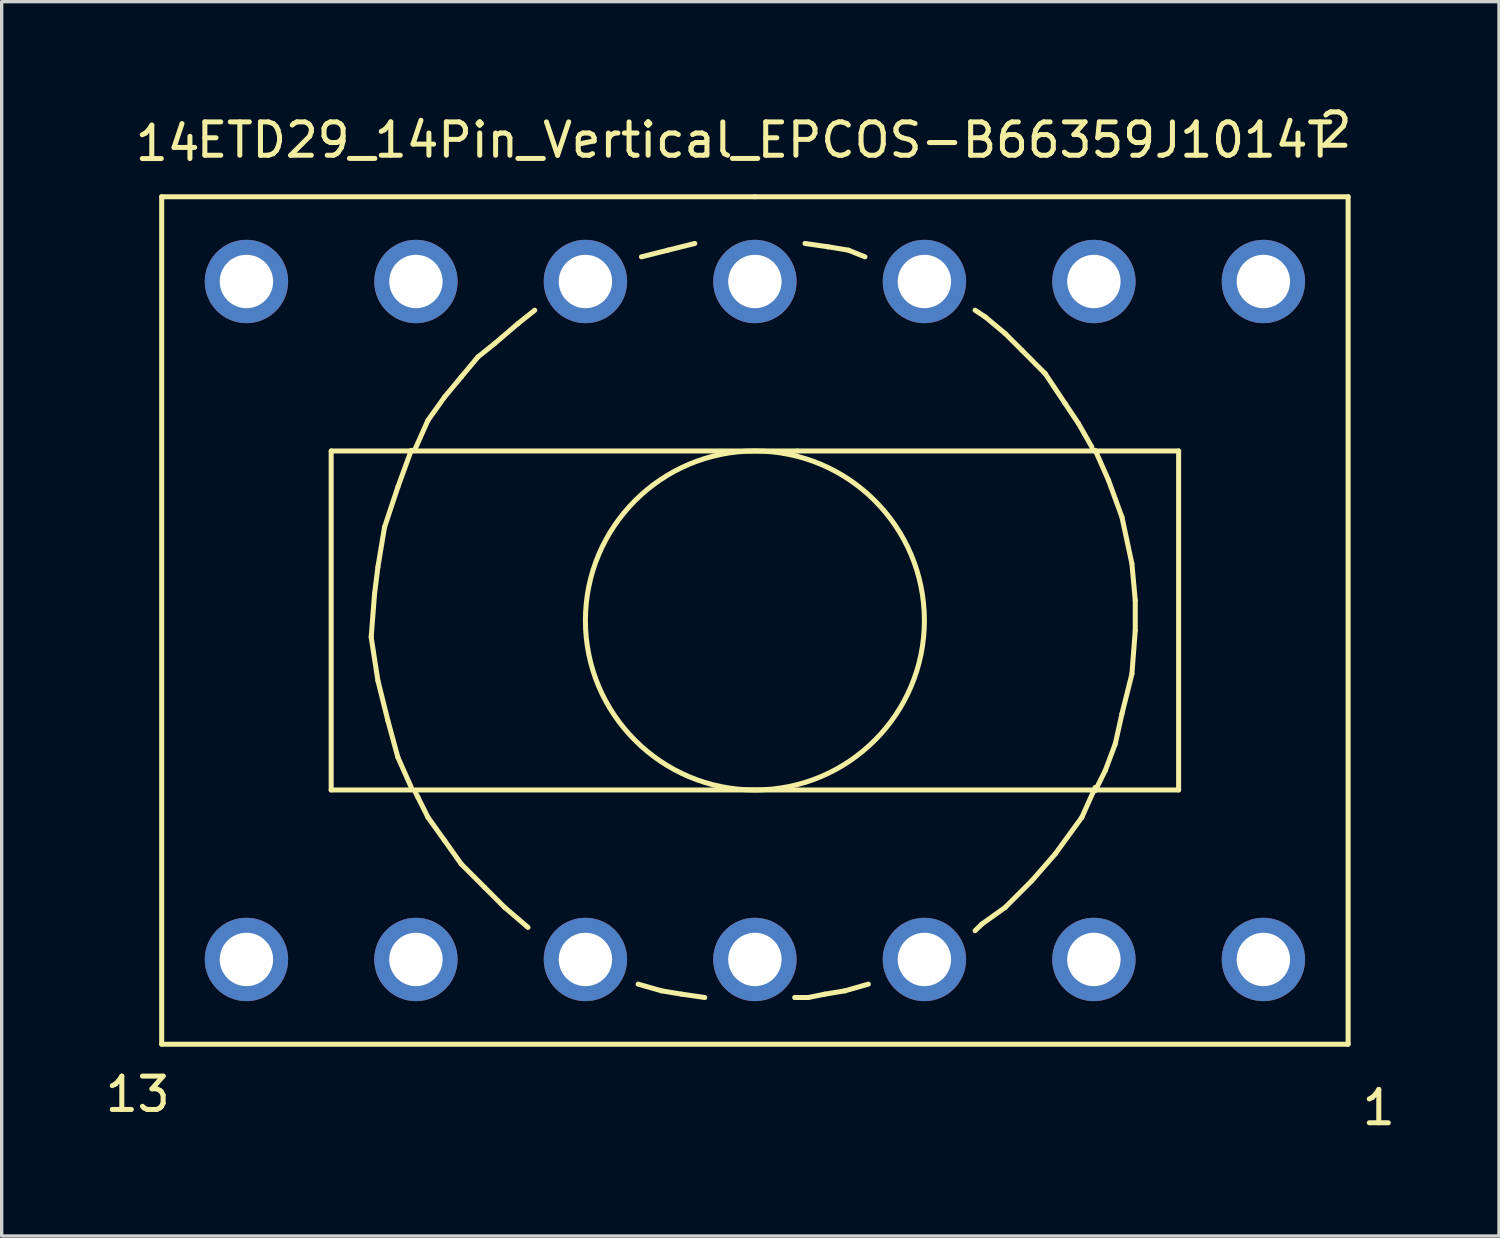
<source format=kicad_pcb>
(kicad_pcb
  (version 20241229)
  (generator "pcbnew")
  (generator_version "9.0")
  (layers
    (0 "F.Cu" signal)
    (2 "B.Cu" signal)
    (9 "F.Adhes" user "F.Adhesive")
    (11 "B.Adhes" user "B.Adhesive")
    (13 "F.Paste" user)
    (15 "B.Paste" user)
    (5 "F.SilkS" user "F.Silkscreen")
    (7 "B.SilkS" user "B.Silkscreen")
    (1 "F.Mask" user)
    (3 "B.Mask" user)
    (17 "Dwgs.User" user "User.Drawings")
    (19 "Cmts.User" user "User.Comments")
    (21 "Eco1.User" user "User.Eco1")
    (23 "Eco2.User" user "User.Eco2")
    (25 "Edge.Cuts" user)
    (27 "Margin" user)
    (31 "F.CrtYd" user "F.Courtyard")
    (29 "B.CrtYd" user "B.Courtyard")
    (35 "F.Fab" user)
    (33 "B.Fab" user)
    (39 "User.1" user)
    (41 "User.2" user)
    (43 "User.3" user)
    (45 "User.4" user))
  (footprint "ETD29_14Pin_Vertical_EPCOS-B66359J1014T"
    (layer "F.Cu")
    (at 19.576 15.547)
    (property "Reference" "ETD29_14Pin_Vertical_EPCOS-B66359J1014T" (at 0.3 -14.399 0) (layer "F.SilkS") (effects (font (size 1 1) (thickness 0.15))))
    (attr through_hole)
    (fp_line (start -17.78 -12.7) (end -17.78 12.7) (stroke (width 0.15) (type solid)) (layer "F.SilkS"))
    (fp_line (start -17.78 12.7) (end 17.78 12.7) (stroke (width 0.15) (type solid)) (layer "F.SilkS"))
    (fp_line (start -12.7 -5.08) (end 1.27 -5.08) (stroke (width 0.15) (type solid)) (layer "F.SilkS"))
    (fp_line (start -12.7 5.08) (end -12.7 -5.08) (stroke (width 0.15) (type solid)) (layer "F.SilkS"))
    (fp_line (start -11.501 0.5) (end -11.3 1.801) (stroke (width 0.15) (type solid)) (layer "F.SilkS"))
    (fp_line (start -11.4 -0.8) (end -11.501 0.5) (stroke (width 0.15) (type solid)) (layer "F.SilkS"))
    (fp_line (start -11.3 -1.6) (end -11.4 -0.8) (stroke (width 0.15) (type solid)) (layer "F.SilkS"))
    (fp_line (start -11.3 1.801) (end -11.001 3) (stroke (width 0.15) (type solid)) (layer "F.SilkS"))
    (fp_line (start -11.1 -2.799) (end -11.3 -1.6) (stroke (width 0.15) (type solid)) (layer "F.SilkS"))
    (fp_line (start -11.001 3) (end -10.701 4.1) (stroke (width 0.15) (type solid)) (layer "F.SilkS"))
    (fp_line (start -10.701 -4) (end -11.1 -2.799) (stroke (width 0.15) (type solid)) (layer "F.SilkS"))
    (fp_line (start -10.701 4.1) (end -10.3 5.001) (stroke (width 0.15) (type solid)) (layer "F.SilkS"))
    (fp_line (start -10.3 -5.1) (end -10.701 -4) (stroke (width 0.15) (type solid)) (layer "F.SilkS"))
    (fp_line (start -10.099 5.301) (end -10.201 5.1) (stroke (width 0.15) (type solid)) (layer "F.SilkS"))
    (fp_line (start -9.799 -5.999) (end -10.201 -5.1) (stroke (width 0.15) (type solid)) (layer "F.SilkS"))
    (fp_line (start -9.799 5.9) (end -10.099 5.301) (stroke (width 0.15) (type solid)) (layer "F.SilkS"))
    (fp_line (start -9.299 -6.701) (end -9.799 -5.999) (stroke (width 0.15) (type solid)) (layer "F.SilkS"))
    (fp_line (start -9.299 6.599) (end -9.799 5.9) (stroke (width 0.15) (type solid)) (layer "F.SilkS"))
    (fp_line (start -8.801 -7.3) (end -9.299 -6.701) (stroke (width 0.15) (type solid)) (layer "F.SilkS"))
    (fp_line (start -8.801 7.3) (end -9.299 6.599) (stroke (width 0.15) (type solid)) (layer "F.SilkS"))
    (fp_line (start -8.301 -7.899) (end -8.801 -7.3) (stroke (width 0.15) (type solid)) (layer "F.SilkS"))
    (fp_line (start -8.1 8.001) (end -8.801 7.3) (stroke (width 0.15) (type solid)) (layer "F.SilkS"))
    (fp_line (start -7.8 -8.301) (end -8.301 -7.899) (stroke (width 0.15) (type solid)) (layer "F.SilkS"))
    (fp_line (start -7.501 8.6) (end -8.1 8.001) (stroke (width 0.15) (type solid)) (layer "F.SilkS"))
    (fp_line (start -7.099 -8.9) (end -7.8 -8.301) (stroke (width 0.15) (type solid)) (layer "F.SilkS"))
    (fp_line (start -6.8 9.2) (end -7.501 8.6) (stroke (width 0.15) (type solid)) (layer "F.SilkS"))
    (fp_line (start -6.599 -9.299) (end -7.099 -8.9) (stroke (width 0.15) (type solid)) (layer "F.SilkS"))
    (fp_line (start -2.799 11.1) (end -3.5 10.899) (stroke (width 0.15) (type solid)) (layer "F.SilkS"))
    (fp_line (start -2.601 -11.1) (end -3.401 -10.899) (stroke (width 0.15) (type solid)) (layer "F.SilkS"))
    (fp_line (start -2.2 11.199) (end -2.799 11.1) (stroke (width 0.15) (type solid)) (layer "F.SilkS"))
    (fp_line (start -1.801 -11.3) (end -2.601 -11.1) (stroke (width 0.15) (type solid)) (layer "F.SilkS"))
    (fp_line (start -1.501 11.3) (end -2.2 11.199) (stroke (width 0.15) (type solid)) (layer "F.SilkS"))
    (fp_line (start 0 -12.7) (end -17.78 -12.7) (stroke (width 0.15) (type solid)) (layer "F.SilkS"))
    (fp_line (start 0 -12.7) (end 17.78 -12.7) (stroke (width 0.15) (type solid)) (layer "F.SilkS"))
    (fp_line (start 1.199 11.3) (end 1.3 11.3) (stroke (width 0.15) (type solid)) (layer "F.SilkS"))
    (fp_line (start 1.27 -5.08) (end 12.7 -5.08) (stroke (width 0.15) (type solid)) (layer "F.SilkS"))
    (fp_line (start 1.6 11.3) (end 1.199 11.3) (stroke (width 0.15) (type solid)) (layer "F.SilkS"))
    (fp_line (start 2.101 11.199) (end 1.6 11.3) (stroke (width 0.15) (type solid)) (layer "F.SilkS"))
    (fp_line (start 2.2 -11.199) (end 1.501 -11.3) (stroke (width 0.15) (type solid)) (layer "F.SilkS"))
    (fp_line (start 2.7 11.1) (end 2.101 11.199) (stroke (width 0.15) (type solid)) (layer "F.SilkS"))
    (fp_line (start 2.799 -11.1) (end 2.2 -11.199) (stroke (width 0.15) (type solid)) (layer "F.SilkS"))
    (fp_line (start 3.299 -10.899) (end 2.799 -11.1) (stroke (width 0.15) (type solid)) (layer "F.SilkS"))
    (fp_line (start 3.401 10.899) (end 2.7 11.1) (stroke (width 0.15) (type solid)) (layer "F.SilkS"))
    (fp_line (start 6.599 -9.299) (end 6.901 -9.101) (stroke (width 0.15) (type solid)) (layer "F.SilkS"))
    (fp_line (start 6.8 9.101) (end 6.599 9.299) (stroke (width 0.15) (type solid)) (layer "F.SilkS"))
    (fp_line (start 6.901 -9.101) (end 7.501 -8.6) (stroke (width 0.15) (type solid)) (layer "F.SilkS"))
    (fp_line (start 7.501 -8.6) (end 8.001 -8.1) (stroke (width 0.15) (type solid)) (layer "F.SilkS"))
    (fp_line (start 7.501 8.6) (end 6.8 9.101) (stroke (width 0.15) (type solid)) (layer "F.SilkS"))
    (fp_line (start 8.001 -8.1) (end 8.7 -7.399) (stroke (width 0.15) (type solid)) (layer "F.SilkS"))
    (fp_line (start 8.301 7.8) (end 7.501 8.6) (stroke (width 0.15) (type solid)) (layer "F.SilkS"))
    (fp_line (start 8.7 -7.399) (end 9.299 -6.5) (stroke (width 0.15) (type solid)) (layer "F.SilkS"))
    (fp_line (start 8.999 7) (end 8.301 7.8) (stroke (width 0.15) (type solid)) (layer "F.SilkS"))
    (fp_line (start 9.299 -6.5) (end 9.7 -5.9) (stroke (width 0.15) (type solid)) (layer "F.SilkS"))
    (fp_line (start 9.7 -5.9) (end 10.099 -5.199) (stroke (width 0.15) (type solid)) (layer "F.SilkS"))
    (fp_line (start 9.799 5.9) (end 8.999 7) (stroke (width 0.15) (type solid)) (layer "F.SilkS"))
    (fp_line (start 10.201 -5.1) (end 10.599 -4.201) (stroke (width 0.15) (type solid)) (layer "F.SilkS"))
    (fp_line (start 10.201 5.001) (end 9.799 5.9) (stroke (width 0.15) (type solid)) (layer "F.SilkS"))
    (fp_line (start 10.5 4.501) (end 10.201 5.1) (stroke (width 0.15) (type solid)) (layer "F.SilkS"))
    (fp_line (start 10.599 -4.201) (end 11.001 -3.099) (stroke (width 0.15) (type solid)) (layer "F.SilkS"))
    (fp_line (start 10.8 3.701) (end 10.5 4.501) (stroke (width 0.15) (type solid)) (layer "F.SilkS"))
    (fp_line (start 11.001 -3.099) (end 11.3 -1.699) (stroke (width 0.15) (type solid)) (layer "F.SilkS"))
    (fp_line (start 11.001 2.799) (end 10.8 3.701) (stroke (width 0.15) (type solid)) (layer "F.SilkS"))
    (fp_line (start 11.3 -1.699) (end 11.4 -0.599) (stroke (width 0.15) (type solid)) (layer "F.SilkS"))
    (fp_line (start 11.3 1.6) (end 11.001 2.799) (stroke (width 0.15) (type solid)) (layer "F.SilkS"))
    (fp_line (start 11.4 -0.599) (end 11.4 0.3) (stroke (width 0.15) (type solid)) (layer "F.SilkS"))
    (fp_line (start 11.4 0.3) (end 11.3 1.6) (stroke (width 0.15) (type solid)) (layer "F.SilkS"))
    (fp_line (start 12.7 -5.08) (end 12.7 5.08) (stroke (width 0.15) (type solid)) (layer "F.SilkS"))
    (fp_line (start 12.7 5.08) (end -12.7 5.08) (stroke (width 0.15) (type solid)) (layer "F.SilkS"))
    (fp_line (start 17.78 -12.7) (end 17.78 12.7) (stroke (width 0.15) (type solid)) (layer "F.SilkS"))
    (fp_circle (center 0 0) (end 0 -5.08) (stroke (width 0.15) (type solid)) (fill no) (layer "F.SilkS"))
    (fp_text user "13" (at -18.499 14.201 0) (layer "F.SilkS") (effects (font (size 1 1) (thickness 0.15))))
    (fp_text user "1" (at 18.699 14.6 0) (layer "F.SilkS") (effects (font (size 1 1) (thickness 0.15))))
    (fp_text user "2" (at 17.399 -14.699 0) (layer "F.SilkS") (effects (font (size 1 1) (thickness 0.15))))
    (fp_text user "14" (at -17.6 -14.3 0) (layer "F.SilkS") (effects (font (size 1 1) (thickness 0.15))))
    (pad "1" thru_hole circle (at 15.24 10.16) (size 2.499 2.499) (drill 1.6) (layers "*.Cu" "*.Mask"))
    (pad "2" thru_hole circle (at 15.24 -10.16) (size 2.499 2.499) (drill 1.6) (layers "*.Cu" "*.Mask"))
    (pad "3" thru_hole circle (at 10.16 10.16) (size 2.499 2.499) (drill 1.6) (layers "*.Cu" "*.Mask"))
    (pad "4" thru_hole circle (at 10.16 -10.16) (size 2.499 2.499) (drill 1.6) (layers "*.Cu" "*.Mask"))
    (pad "5" thru_hole circle (at 5.08 10.16) (size 2.499 2.499) (drill 1.6) (layers "*.Cu" "*.Mask"))
    (pad "6" thru_hole circle (at 5.08 -10.16) (size 2.499 2.499) (drill 1.6) (layers "*.Cu" "*.Mask"))
    (pad "7" thru_hole circle (at 0 10.16) (size 2.499 2.499) (drill 1.6) (layers "*.Cu" "*.Mask"))
    (pad "8" thru_hole circle (at 0 -10.16) (size 2.499 2.499) (drill 1.6) (layers "*.Cu" "*.Mask"))
    (pad "9" thru_hole circle (at -5.08 10.16) (size 2.499 2.499) (drill 1.6) (layers "*.Cu" "*.Mask"))
    (pad "10" thru_hole circle (at -5.08 -10.16) (size 2.499 2.499) (drill 1.6) (layers "*.Cu" "*.Mask"))
    (pad "11" thru_hole circle (at -10.16 10.16) (size 2.499 2.499) (drill 1.6) (layers "*.Cu" "*.Mask"))
    (pad "12" thru_hole circle (at -10.16 -10.16) (size 2.499 2.499) (drill 1.6) (layers "*.Cu" "*.Mask"))
    (pad "13" thru_hole circle (at -15.24 10.16) (size 2.499 2.499) (drill 1.6) (layers "*.Cu" "*.Mask"))
    (pad "14" thru_hole circle (at -15.24 -10.16) (size 2.499 2.499) (drill 1.6) (layers "*.Cu" "*.Mask")))
  (gr_rect
    (start -3 -3)
    (end 41.877 33.995)
    (stroke (width 0.1) (type default))
    (fill no)
    (layer "Edge.Cuts")))
</source>
